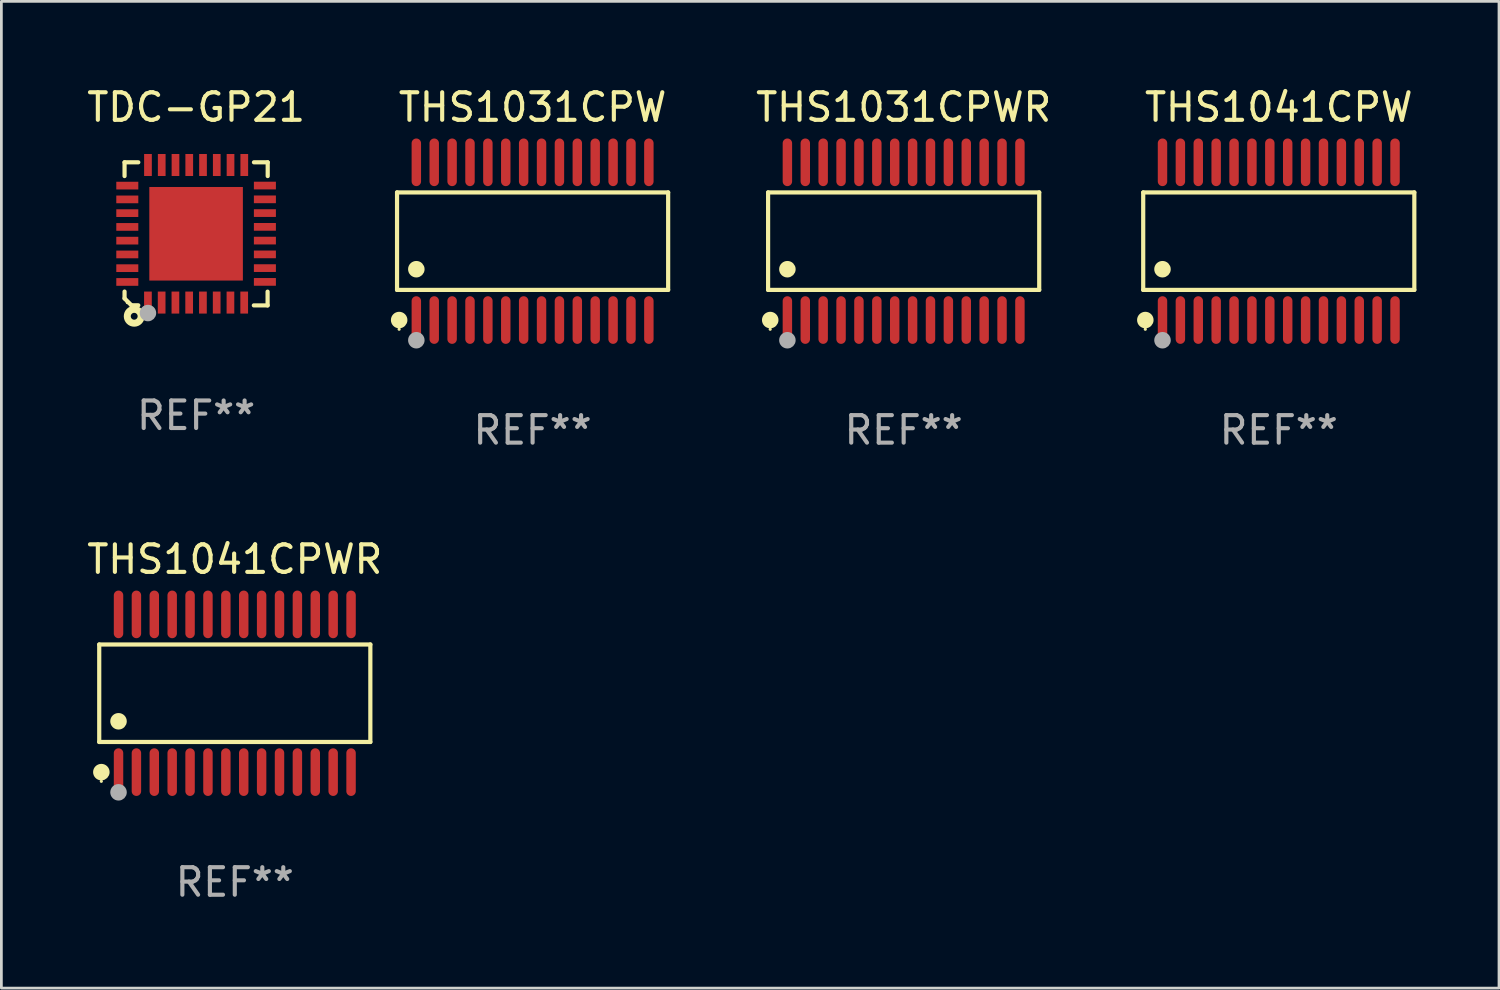
<source format=kicad_pcb>
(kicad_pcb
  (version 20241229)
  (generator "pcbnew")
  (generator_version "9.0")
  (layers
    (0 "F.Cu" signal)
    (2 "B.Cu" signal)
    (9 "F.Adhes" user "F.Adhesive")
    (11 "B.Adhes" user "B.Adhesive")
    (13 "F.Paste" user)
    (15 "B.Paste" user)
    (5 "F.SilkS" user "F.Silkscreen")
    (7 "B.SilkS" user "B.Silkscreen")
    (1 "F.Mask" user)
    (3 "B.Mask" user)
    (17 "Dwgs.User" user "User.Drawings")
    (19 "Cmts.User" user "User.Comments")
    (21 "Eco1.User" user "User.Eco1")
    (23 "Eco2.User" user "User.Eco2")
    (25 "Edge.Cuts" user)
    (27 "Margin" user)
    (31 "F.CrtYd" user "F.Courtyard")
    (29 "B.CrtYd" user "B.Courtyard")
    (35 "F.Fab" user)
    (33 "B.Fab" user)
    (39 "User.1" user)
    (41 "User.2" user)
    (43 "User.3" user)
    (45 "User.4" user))
  (footprint "THS1041CPW"
    (layer "F.Cu")
    (at 43.419 5.714)
    (property "Reference" "THS1041CPW" (at 0 -4.866 0) (layer "F.SilkS") (effects (font (size 1 1) (thickness 0.15))))
    (attr through_hole)
    (fp_line (start -4.926 -1.772) (end 4.926 -1.772) (stroke (width 0.152) (type solid)) (layer "F.SilkS"))
    (fp_line (start -4.926 1.771) (end -4.926 -1.772) (stroke (width 0.152) (type solid)) (layer "F.SilkS"))
    (fp_line (start 4.926 -1.772) (end 4.926 1.771) (stroke (width 0.152) (type solid)) (layer "F.SilkS"))
    (fp_line (start 4.926 1.771) (end -4.926 1.771) (stroke (width 0.152) (type solid)) (layer "F.SilkS"))
    (fp_circle (center -4.85 3.2) (end -4.82 3.2) (stroke (width 0.06) (type solid)) (fill no) (layer "F.SilkS"))
    (fp_circle (center -4.849 2.866) (end -4.699 2.866) (stroke (width 0.3) (type solid)) (fill no) (layer "F.SilkS"))
    (fp_circle (center -4.225 1.019) (end -4.075 1.019) (stroke (width 0.3) (type solid)) (fill no) (layer "F.SilkS"))
    (fp_circle (center -4.225 3.6) (end -4.075 3.6) (stroke (width 0.3) (type solid)) (fill no) (layer "F.Fab"))
    (fp_text user "REF**" (at 0 6.866 0) (layer "F.Fab") (effects (font (size 1 1) (thickness 0.15))))
    (pad "1" smd oval (at -4.225 2.866) (size 0.343 1.731) (layers "F.Cu" "F.Mask" "F.Paste"))
    (pad "2" smd oval (at -3.575 2.866) (size 0.343 1.731) (layers "F.Cu" "F.Mask" "F.Paste"))
    (pad "3" smd oval (at -2.925 2.866) (size 0.343 1.731) (layers "F.Cu" "F.Mask" "F.Paste"))
    (pad "4" smd oval (at -2.275 2.866) (size 0.343 1.731) (layers "F.Cu" "F.Mask" "F.Paste"))
    (pad "5" smd oval (at -1.625 2.866) (size 0.343 1.731) (layers "F.Cu" "F.Mask" "F.Paste"))
    (pad "6" smd oval (at -0.975 2.866) (size 0.343 1.731) (layers "F.Cu" "F.Mask" "F.Paste"))
    (pad "7" smd oval (at -0.325 2.866) (size 0.343 1.731) (layers "F.Cu" "F.Mask" "F.Paste"))
    (pad "8" smd oval (at 0.325 2.866) (size 0.343 1.731) (layers "F.Cu" "F.Mask" "F.Paste"))
    (pad "9" smd oval (at 0.975 2.866) (size 0.343 1.731) (layers "F.Cu" "F.Mask" "F.Paste"))
    (pad "10" smd oval (at 1.625 2.866) (size 0.343 1.731) (layers "F.Cu" "F.Mask" "F.Paste"))
    (pad "11" smd oval (at 2.275 2.866) (size 0.343 1.731) (layers "F.Cu" "F.Mask" "F.Paste"))
    (pad "12" smd oval (at 2.925 2.866) (size 0.343 1.731) (layers "F.Cu" "F.Mask" "F.Paste"))
    (pad "13" smd oval (at 3.575 2.866) (size 0.343 1.731) (layers "F.Cu" "F.Mask" "F.Paste"))
    (pad "14" smd oval (at 4.225 2.866) (size 0.343 1.731) (layers "F.Cu" "F.Mask" "F.Paste"))
    (pad "15" smd oval (at 4.225 -2.866) (size 0.343 1.731) (layers "F.Cu" "F.Mask" "F.Paste"))
    (pad "16" smd oval (at 3.575 -2.866) (size 0.343 1.731) (layers "F.Cu" "F.Mask" "F.Paste"))
    (pad "17" smd oval (at 2.925 -2.866) (size 0.343 1.731) (layers "F.Cu" "F.Mask" "F.Paste"))
    (pad "18" smd oval (at 2.275 -2.866) (size 0.343 1.731) (layers "F.Cu" "F.Mask" "F.Paste"))
    (pad "19" smd oval (at 1.625 -2.866) (size 0.343 1.731) (layers "F.Cu" "F.Mask" "F.Paste"))
    (pad "20" smd oval (at 0.975 -2.866) (size 0.343 1.731) (layers "F.Cu" "F.Mask" "F.Paste"))
    (pad "21" smd oval (at 0.325 -2.866) (size 0.343 1.731) (layers "F.Cu" "F.Mask" "F.Paste"))
    (pad "22" smd oval (at -0.325 -2.866) (size 0.343 1.731) (layers "F.Cu" "F.Mask" "F.Paste"))
    (pad "23" smd oval (at -0.975 -2.866) (size 0.343 1.731) (layers "F.Cu" "F.Mask" "F.Paste"))
    (pad "24" smd oval (at -1.625 -2.866) (size 0.343 1.731) (layers "F.Cu" "F.Mask" "F.Paste"))
    (pad "25" smd oval (at -2.275 -2.866) (size 0.343 1.731) (layers "F.Cu" "F.Mask" "F.Paste"))
    (pad "26" smd oval (at -2.925 -2.866) (size 0.343 1.731) (layers "F.Cu" "F.Mask" "F.Paste"))
    (pad "27" smd oval (at -3.575 -2.866) (size 0.343 1.731) (layers "F.Cu" "F.Mask" "F.Paste"))
    (pad "28" smd oval (at -4.225 -2.866) (size 0.343 1.731) (layers "F.Cu" "F.Mask" "F.Paste")))
  (footprint "THS1041CPWR"
    (layer "F.Cu")
    (at 5.482 22.142)
    (property "Reference" "THS1041CPWR" (at 0 -4.866 0) (layer "F.SilkS") (effects (font (size 1 1) (thickness 0.15))))
    (attr through_hole)
    (fp_line (start -4.926 -1.772) (end 4.926 -1.772) (stroke (width 0.152) (type solid)) (layer "F.SilkS"))
    (fp_line (start -4.926 1.771) (end -4.926 -1.772) (stroke (width 0.152) (type solid)) (layer "F.SilkS"))
    (fp_line (start 4.926 -1.772) (end 4.926 1.771) (stroke (width 0.152) (type solid)) (layer "F.SilkS"))
    (fp_line (start 4.926 1.771) (end -4.926 1.771) (stroke (width 0.152) (type solid)) (layer "F.SilkS"))
    (fp_circle (center -4.85 3.2) (end -4.82 3.2) (stroke (width 0.06) (type solid)) (fill no) (layer "F.SilkS"))
    (fp_circle (center -4.849 2.866) (end -4.699 2.866) (stroke (width 0.3) (type solid)) (fill no) (layer "F.SilkS"))
    (fp_circle (center -4.225 1.019) (end -4.075 1.019) (stroke (width 0.3) (type solid)) (fill no) (layer "F.SilkS"))
    (fp_circle (center -4.225 3.6) (end -4.075 3.6) (stroke (width 0.3) (type solid)) (fill no) (layer "F.Fab"))
    (fp_text user "REF**" (at 0 6.866 0) (layer "F.Fab") (effects (font (size 1 1) (thickness 0.15))))
    (pad "1" smd oval (at -4.225 2.866) (size 0.343 1.731) (layers "F.Cu" "F.Mask" "F.Paste"))
    (pad "2" smd oval (at -3.575 2.866) (size 0.343 1.731) (layers "F.Cu" "F.Mask" "F.Paste"))
    (pad "3" smd oval (at -2.925 2.866) (size 0.343 1.731) (layers "F.Cu" "F.Mask" "F.Paste"))
    (pad "4" smd oval (at -2.275 2.866) (size 0.343 1.731) (layers "F.Cu" "F.Mask" "F.Paste"))
    (pad "5" smd oval (at -1.625 2.866) (size 0.343 1.731) (layers "F.Cu" "F.Mask" "F.Paste"))
    (pad "6" smd oval (at -0.975 2.866) (size 0.343 1.731) (layers "F.Cu" "F.Mask" "F.Paste"))
    (pad "7" smd oval (at -0.325 2.866) (size 0.343 1.731) (layers "F.Cu" "F.Mask" "F.Paste"))
    (pad "8" smd oval (at 0.325 2.866) (size 0.343 1.731) (layers "F.Cu" "F.Mask" "F.Paste"))
    (pad "9" smd oval (at 0.975 2.866) (size 0.343 1.731) (layers "F.Cu" "F.Mask" "F.Paste"))
    (pad "10" smd oval (at 1.625 2.866) (size 0.343 1.731) (layers "F.Cu" "F.Mask" "F.Paste"))
    (pad "11" smd oval (at 2.275 2.866) (size 0.343 1.731) (layers "F.Cu" "F.Mask" "F.Paste"))
    (pad "12" smd oval (at 2.925 2.866) (size 0.343 1.731) (layers "F.Cu" "F.Mask" "F.Paste"))
    (pad "13" smd oval (at 3.575 2.866) (size 0.343 1.731) (layers "F.Cu" "F.Mask" "F.Paste"))
    (pad "14" smd oval (at 4.225 2.866) (size 0.343 1.731) (layers "F.Cu" "F.Mask" "F.Paste"))
    (pad "15" smd oval (at 4.225 -2.866) (size 0.343 1.731) (layers "F.Cu" "F.Mask" "F.Paste"))
    (pad "16" smd oval (at 3.575 -2.866) (size 0.343 1.731) (layers "F.Cu" "F.Mask" "F.Paste"))
    (pad "17" smd oval (at 2.925 -2.866) (size 0.343 1.731) (layers "F.Cu" "F.Mask" "F.Paste"))
    (pad "18" smd oval (at 2.275 -2.866) (size 0.343 1.731) (layers "F.Cu" "F.Mask" "F.Paste"))
    (pad "19" smd oval (at 1.625 -2.866) (size 0.343 1.731) (layers "F.Cu" "F.Mask" "F.Paste"))
    (pad "20" smd oval (at 0.975 -2.866) (size 0.343 1.731) (layers "F.Cu" "F.Mask" "F.Paste"))
    (pad "21" smd oval (at 0.325 -2.866) (size 0.343 1.731) (layers "F.Cu" "F.Mask" "F.Paste"))
    (pad "22" smd oval (at -0.325 -2.866) (size 0.343 1.731) (layers "F.Cu" "F.Mask" "F.Paste"))
    (pad "23" smd oval (at -0.975 -2.866) (size 0.343 1.731) (layers "F.Cu" "F.Mask" "F.Paste"))
    (pad "24" smd oval (at -1.625 -2.866) (size 0.343 1.731) (layers "F.Cu" "F.Mask" "F.Paste"))
    (pad "25" smd oval (at -2.275 -2.866) (size 0.343 1.731) (layers "F.Cu" "F.Mask" "F.Paste"))
    (pad "26" smd oval (at -2.925 -2.866) (size 0.343 1.731) (layers "F.Cu" "F.Mask" "F.Paste"))
    (pad "27" smd oval (at -3.575 -2.866) (size 0.343 1.731) (layers "F.Cu" "F.Mask" "F.Paste"))
    (pad "28" smd oval (at -4.225 -2.866) (size 0.343 1.731) (layers "F.Cu" "F.Mask" "F.Paste")))
  (footprint "THS1031CPW"
    (layer "F.Cu")
    (at 16.304 5.714)
    (property "Reference" "THS1031CPW" (at 0 -4.866 0) (layer "F.SilkS") (effects (font (size 1 1) (thickness 0.15))))
    (attr through_hole)
    (fp_line (start -4.926 -1.772) (end 4.926 -1.772) (stroke (width 0.152) (type solid)) (layer "F.SilkS"))
    (fp_line (start -4.926 1.771) (end -4.926 -1.772) (stroke (width 0.152) (type solid)) (layer "F.SilkS"))
    (fp_line (start 4.926 -1.772) (end 4.926 1.771) (stroke (width 0.152) (type solid)) (layer "F.SilkS"))
    (fp_line (start 4.926 1.771) (end -4.926 1.771) (stroke (width 0.152) (type solid)) (layer "F.SilkS"))
    (fp_circle (center -4.85 3.2) (end -4.82 3.2) (stroke (width 0.06) (type solid)) (fill no) (layer "F.SilkS"))
    (fp_circle (center -4.849 2.866) (end -4.699 2.866) (stroke (width 0.3) (type solid)) (fill no) (layer "F.SilkS"))
    (fp_circle (center -4.225 1.019) (end -4.075 1.019) (stroke (width 0.3) (type solid)) (fill no) (layer "F.SilkS"))
    (fp_circle (center -4.225 3.6) (end -4.075 3.6) (stroke (width 0.3) (type solid)) (fill no) (layer "F.Fab"))
    (fp_text user "REF**" (at 0 6.866 0) (layer "F.Fab") (effects (font (size 1 1) (thickness 0.15))))
    (pad "1" smd oval (at -4.225 2.866) (size 0.343 1.731) (layers "F.Cu" "F.Mask" "F.Paste"))
    (pad "2" smd oval (at -3.575 2.866) (size 0.343 1.731) (layers "F.Cu" "F.Mask" "F.Paste"))
    (pad "3" smd oval (at -2.925 2.866) (size 0.343 1.731) (layers "F.Cu" "F.Mask" "F.Paste"))
    (pad "4" smd oval (at -2.275 2.866) (size 0.343 1.731) (layers "F.Cu" "F.Mask" "F.Paste"))
    (pad "5" smd oval (at -1.625 2.866) (size 0.343 1.731) (layers "F.Cu" "F.Mask" "F.Paste"))
    (pad "6" smd oval (at -0.975 2.866) (size 0.343 1.731) (layers "F.Cu" "F.Mask" "F.Paste"))
    (pad "7" smd oval (at -0.325 2.866) (size 0.343 1.731) (layers "F.Cu" "F.Mask" "F.Paste"))
    (pad "8" smd oval (at 0.325 2.866) (size 0.343 1.731) (layers "F.Cu" "F.Mask" "F.Paste"))
    (pad "9" smd oval (at 0.975 2.866) (size 0.343 1.731) (layers "F.Cu" "F.Mask" "F.Paste"))
    (pad "10" smd oval (at 1.625 2.866) (size 0.343 1.731) (layers "F.Cu" "F.Mask" "F.Paste"))
    (pad "11" smd oval (at 2.275 2.866) (size 0.343 1.731) (layers "F.Cu" "F.Mask" "F.Paste"))
    (pad "12" smd oval (at 2.925 2.866) (size 0.343 1.731) (layers "F.Cu" "F.Mask" "F.Paste"))
    (pad "13" smd oval (at 3.575 2.866) (size 0.343 1.731) (layers "F.Cu" "F.Mask" "F.Paste"))
    (pad "14" smd oval (at 4.225 2.866) (size 0.343 1.731) (layers "F.Cu" "F.Mask" "F.Paste"))
    (pad "15" smd oval (at 4.225 -2.866) (size 0.343 1.731) (layers "F.Cu" "F.Mask" "F.Paste"))
    (pad "16" smd oval (at 3.575 -2.866) (size 0.343 1.731) (layers "F.Cu" "F.Mask" "F.Paste"))
    (pad "17" smd oval (at 2.925 -2.866) (size 0.343 1.731) (layers "F.Cu" "F.Mask" "F.Paste"))
    (pad "18" smd oval (at 2.275 -2.866) (size 0.343 1.731) (layers "F.Cu" "F.Mask" "F.Paste"))
    (pad "19" smd oval (at 1.625 -2.866) (size 0.343 1.731) (layers "F.Cu" "F.Mask" "F.Paste"))
    (pad "20" smd oval (at 0.975 -2.866) (size 0.343 1.731) (layers "F.Cu" "F.Mask" "F.Paste"))
    (pad "21" smd oval (at 0.325 -2.866) (size 0.343 1.731) (layers "F.Cu" "F.Mask" "F.Paste"))
    (pad "22" smd oval (at -0.325 -2.866) (size 0.343 1.731) (layers "F.Cu" "F.Mask" "F.Paste"))
    (pad "23" smd oval (at -0.975 -2.866) (size 0.343 1.731) (layers "F.Cu" "F.Mask" "F.Paste"))
    (pad "24" smd oval (at -1.625 -2.866) (size 0.343 1.731) (layers "F.Cu" "F.Mask" "F.Paste"))
    (pad "25" smd oval (at -2.275 -2.866) (size 0.343 1.731) (layers "F.Cu" "F.Mask" "F.Paste"))
    (pad "26" smd oval (at -2.925 -2.866) (size 0.343 1.731) (layers "F.Cu" "F.Mask" "F.Paste"))
    (pad "27" smd oval (at -3.575 -2.866) (size 0.343 1.731) (layers "F.Cu" "F.Mask" "F.Paste"))
    (pad "28" smd oval (at -4.225 -2.866) (size 0.343 1.731) (layers "F.Cu" "F.Mask" "F.Paste")))
  (footprint "TDC-GP21"
    (layer "F.Cu")
    (at 4.077 5.448)
    (property "Reference" "TDC-GP21" (at 0 -4.6 0) (layer "F.SilkS") (effects (font (size 1 1) (thickness 0.15))))
    (attr through_hole)
    (fp_line (start -2.601 2.097) (end -2.601 2.347) (stroke (width 0.152) (type solid)) (layer "F.SilkS"))
    (fp_line (start -2.601 2.347) (end -2.351 2.597) (stroke (width 0.152) (type solid)) (layer "F.SilkS"))
    (fp_line (start -2.601 -2.6) (end -2.601 -2.1) (stroke (width 0.152) (type solid)) (layer "F.SilkS"))
    (fp_line (start -2.601 -2.6) (end -2.101 -2.6) (stroke (width 0.152) (type solid)) (layer "F.SilkS"))
    (fp_line (start -2.351 2.597) (end -2.101 2.597) (stroke (width 0.152) (type solid)) (layer "F.SilkS"))
    (fp_line (start 2.597 2.6) (end 2.097 2.6) (stroke (width 0.152) (type solid)) (layer "F.SilkS"))
    (fp_line (start 2.597 2.6) (end 2.597 2.1) (stroke (width 0.152) (type solid)) (layer "F.SilkS"))
    (fp_line (start 2.601 -2.6) (end 2.101 -2.6) (stroke (width 0.152) (type solid)) (layer "F.SilkS"))
    (fp_line (start 2.601 -2.6) (end 2.601 -2.1) (stroke (width 0.152) (type solid)) (layer "F.SilkS"))
    (fp_circle (center -2.501 2.497) (end -2.471 2.497) (stroke (width 0.06) (type solid)) (fill no) (layer "F.SilkS"))
    (fp_circle (center -2.25 2.995) (end -2.125 2.995) (stroke (width 0.254) (type solid)) (fill no) (layer "F.SilkS"))
    (fp_circle (center -1.751 2.878) (end -1.601 2.878) (stroke (width 0.3) (type solid)) (fill no) (layer "F.Fab"))
    (fp_text user "REF**" (at 0 6.6 0) (layer "F.Fab") (effects (font (size 1 1) (thickness 0.15))))
    (pad "1" smd rect (at -1.751 2.497) (size 0.28 0.8) (layers "F.Cu" "F.Mask" "F.Paste"))
    (pad "2" smd rect (at -1.253 2.497) (size 0.28 0.8) (layers "F.Cu" "F.Mask" "F.Paste"))
    (pad "3" smd rect (at -0.753 2.497) (size 0.28 0.8) (layers "F.Cu" "F.Mask" "F.Paste"))
    (pad "4" smd rect (at -0.253 2.497) (size 0.28 0.8) (layers "F.Cu" "F.Mask" "F.Paste"))
    (pad "5" smd rect (at 0.247 2.497) (size 0.28 0.8) (layers "F.Cu" "F.Mask" "F.Paste"))
    (pad "6" smd rect (at 0.747 2.497) (size 0.28 0.8) (layers "F.Cu" "F.Mask" "F.Paste"))
    (pad "7" smd rect (at 1.247 2.497) (size 0.28 0.8) (layers "F.Cu" "F.Mask" "F.Paste"))
    (pad "8" smd rect (at 1.747 2.497) (size 0.28 0.8) (layers "F.Cu" "F.Mask" "F.Paste"))
    (pad "9" smd rect (at 2.499 1.746) (size 0.8 0.28) (layers "F.Cu" "F.Mask" "F.Paste"))
    (pad "10" smd rect (at 2.499 1.245) (size 0.8 0.28) (layers "F.Cu" "F.Mask" "F.Paste"))
    (pad "11" smd rect (at 2.499 0.746) (size 0.8 0.28) (layers "F.Cu" "F.Mask" "F.Paste"))
    (pad "12" smd rect (at 2.499 0.245) (size 0.8 0.28) (layers "F.Cu" "F.Mask" "F.Paste"))
    (pad "13" smd rect (at 2.499 -0.254) (size 0.8 0.28) (layers "F.Cu" "F.Mask" "F.Paste"))
    (pad "14" smd rect (at 2.499 -0.755) (size 0.8 0.28) (layers "F.Cu" "F.Mask" "F.Paste"))
    (pad "15" smd rect (at 2.499 -1.254) (size 0.8 0.28) (layers "F.Cu" "F.Mask" "F.Paste"))
    (pad "16" smd rect (at 2.499 -1.755) (size 0.8 0.28) (layers "F.Cu" "F.Mask" "F.Paste"))
    (pad "17" smd rect (at 1.75 -2.502) (size 0.28 0.8) (layers "F.Cu" "F.Mask" "F.Paste"))
    (pad "18" smd rect (at 1.25 -2.502) (size 0.28 0.8) (layers "F.Cu" "F.Mask" "F.Paste"))
    (pad "19" smd rect (at 0.75 -2.502) (size 0.28 0.8) (layers "F.Cu" "F.Mask" "F.Paste"))
    (pad "20" smd rect (at 0.25 -2.502) (size 0.28 0.8) (layers "F.Cu" "F.Mask" "F.Paste"))
    (pad "21" smd rect (at -0.25 -2.502) (size 0.28 0.8) (layers "F.Cu" "F.Mask" "F.Paste"))
    (pad "22" smd rect (at -0.75 -2.502) (size 0.28 0.8) (layers "F.Cu" "F.Mask" "F.Paste"))
    (pad "23" smd rect (at -1.25 -2.502) (size 0.28 0.8) (layers "F.Cu" "F.Mask" "F.Paste"))
    (pad "24" smd rect (at -1.75 -2.502) (size 0.28 0.8) (layers "F.Cu" "F.Mask" "F.Paste"))
    (pad "25" smd rect (at -2.501 -1.753) (size 0.8 0.28) (layers "F.Cu" "F.Mask" "F.Paste"))
    (pad "26" smd rect (at -2.501 -1.252) (size 0.8 0.28) (layers "F.Cu" "F.Mask" "F.Paste"))
    (pad "27" smd rect (at -2.501 -0.753) (size 0.8 0.28) (layers "F.Cu" "F.Mask" "F.Paste"))
    (pad "28" smd rect (at -2.501 -0.252) (size 0.8 0.28) (layers "F.Cu" "F.Mask" "F.Paste"))
    (pad "29" smd rect (at -2.501 0.247) (size 0.8 0.28) (layers "F.Cu" "F.Mask" "F.Paste"))
    (pad "30" smd rect (at -2.501 0.748) (size 0.8 0.28) (layers "F.Cu" "F.Mask" "F.Paste"))
    (pad "31" smd rect (at -2.501 1.247) (size 0.8 0.28) (layers "F.Cu" "F.Mask" "F.Paste"))
    (pad "32" smd rect (at -2.501 1.748) (size 0.8 0.28) (layers "F.Cu" "F.Mask" "F.Paste"))
    (pad "33" smd rect (at -0.001 -0.003 180) (size 3.4 3.4) (layers "F.Cu" "F.Mask" "F.Paste")))
  (footprint "THS1031CPWR"
    (layer "F.Cu")
    (at 29.788 5.714)
    (property "Reference" "THS1031CPWR" (at 0 -4.866 0) (layer "F.SilkS") (effects (font (size 1 1) (thickness 0.15))))
    (attr through_hole)
    (fp_line (start -4.926 -1.772) (end 4.926 -1.772) (stroke (width 0.152) (type solid)) (layer "F.SilkS"))
    (fp_line (start -4.926 1.771) (end -4.926 -1.772) (stroke (width 0.152) (type solid)) (layer "F.SilkS"))
    (fp_line (start 4.926 -1.772) (end 4.926 1.771) (stroke (width 0.152) (type solid)) (layer "F.SilkS"))
    (fp_line (start 4.926 1.771) (end -4.926 1.771) (stroke (width 0.152) (type solid)) (layer "F.SilkS"))
    (fp_circle (center -4.85 3.2) (end -4.82 3.2) (stroke (width 0.06) (type solid)) (fill no) (layer "F.SilkS"))
    (fp_circle (center -4.849 2.866) (end -4.699 2.866) (stroke (width 0.3) (type solid)) (fill no) (layer "F.SilkS"))
    (fp_circle (center -4.225 1.019) (end -4.075 1.019) (stroke (width 0.3) (type solid)) (fill no) (layer "F.SilkS"))
    (fp_circle (center -4.225 3.6) (end -4.075 3.6) (stroke (width 0.3) (type solid)) (fill no) (layer "F.Fab"))
    (fp_text user "REF**" (at 0 6.866 0) (layer "F.Fab") (effects (font (size 1 1) (thickness 0.15))))
    (pad "1" smd oval (at -4.225 2.866) (size 0.343 1.731) (layers "F.Cu" "F.Mask" "F.Paste"))
    (pad "2" smd oval (at -3.575 2.866) (size 0.343 1.731) (layers "F.Cu" "F.Mask" "F.Paste"))
    (pad "3" smd oval (at -2.925 2.866) (size 0.343 1.731) (layers "F.Cu" "F.Mask" "F.Paste"))
    (pad "4" smd oval (at -2.275 2.866) (size 0.343 1.731) (layers "F.Cu" "F.Mask" "F.Paste"))
    (pad "5" smd oval (at -1.625 2.866) (size 0.343 1.731) (layers "F.Cu" "F.Mask" "F.Paste"))
    (pad "6" smd oval (at -0.975 2.866) (size 0.343 1.731) (layers "F.Cu" "F.Mask" "F.Paste"))
    (pad "7" smd oval (at -0.325 2.866) (size 0.343 1.731) (layers "F.Cu" "F.Mask" "F.Paste"))
    (pad "8" smd oval (at 0.325 2.866) (size 0.343 1.731) (layers "F.Cu" "F.Mask" "F.Paste"))
    (pad "9" smd oval (at 0.975 2.866) (size 0.343 1.731) (layers "F.Cu" "F.Mask" "F.Paste"))
    (pad "10" smd oval (at 1.625 2.866) (size 0.343 1.731) (layers "F.Cu" "F.Mask" "F.Paste"))
    (pad "11" smd oval (at 2.275 2.866) (size 0.343 1.731) (layers "F.Cu" "F.Mask" "F.Paste"))
    (pad "12" smd oval (at 2.925 2.866) (size 0.343 1.731) (layers "F.Cu" "F.Mask" "F.Paste"))
    (pad "13" smd oval (at 3.575 2.866) (size 0.343 1.731) (layers "F.Cu" "F.Mask" "F.Paste"))
    (pad "14" smd oval (at 4.225 2.866) (size 0.343 1.731) (layers "F.Cu" "F.Mask" "F.Paste"))
    (pad "15" smd oval (at 4.225 -2.866) (size 0.343 1.731) (layers "F.Cu" "F.Mask" "F.Paste"))
    (pad "16" smd oval (at 3.575 -2.866) (size 0.343 1.731) (layers "F.Cu" "F.Mask" "F.Paste"))
    (pad "17" smd oval (at 2.925 -2.866) (size 0.343 1.731) (layers "F.Cu" "F.Mask" "F.Paste"))
    (pad "18" smd oval (at 2.275 -2.866) (size 0.343 1.731) (layers "F.Cu" "F.Mask" "F.Paste"))
    (pad "19" smd oval (at 1.625 -2.866) (size 0.343 1.731) (layers "F.Cu" "F.Mask" "F.Paste"))
    (pad "20" smd oval (at 0.975 -2.866) (size 0.343 1.731) (layers "F.Cu" "F.Mask" "F.Paste"))
    (pad "21" smd oval (at 0.325 -2.866) (size 0.343 1.731) (layers "F.Cu" "F.Mask" "F.Paste"))
    (pad "22" smd oval (at -0.325 -2.866) (size 0.343 1.731) (layers "F.Cu" "F.Mask" "F.Paste"))
    (pad "23" smd oval (at -0.975 -2.866) (size 0.343 1.731) (layers "F.Cu" "F.Mask" "F.Paste"))
    (pad "24" smd oval (at -1.625 -2.866) (size 0.343 1.731) (layers "F.Cu" "F.Mask" "F.Paste"))
    (pad "25" smd oval (at -2.275 -2.866) (size 0.343 1.731) (layers "F.Cu" "F.Mask" "F.Paste"))
    (pad "26" smd oval (at -2.925 -2.866) (size 0.343 1.731) (layers "F.Cu" "F.Mask" "F.Paste"))
    (pad "27" smd oval (at -3.575 -2.866) (size 0.343 1.731) (layers "F.Cu" "F.Mask" "F.Paste"))
    (pad "28" smd oval (at -4.225 -2.866) (size 0.343 1.731) (layers "F.Cu" "F.Mask" "F.Paste")))
  (gr_rect
    (start -3 -3)
    (end 51.422 32.856)
    (stroke (width 0.1) (type default))
    (fill no)
    (layer "Edge.Cuts")))
</source>
